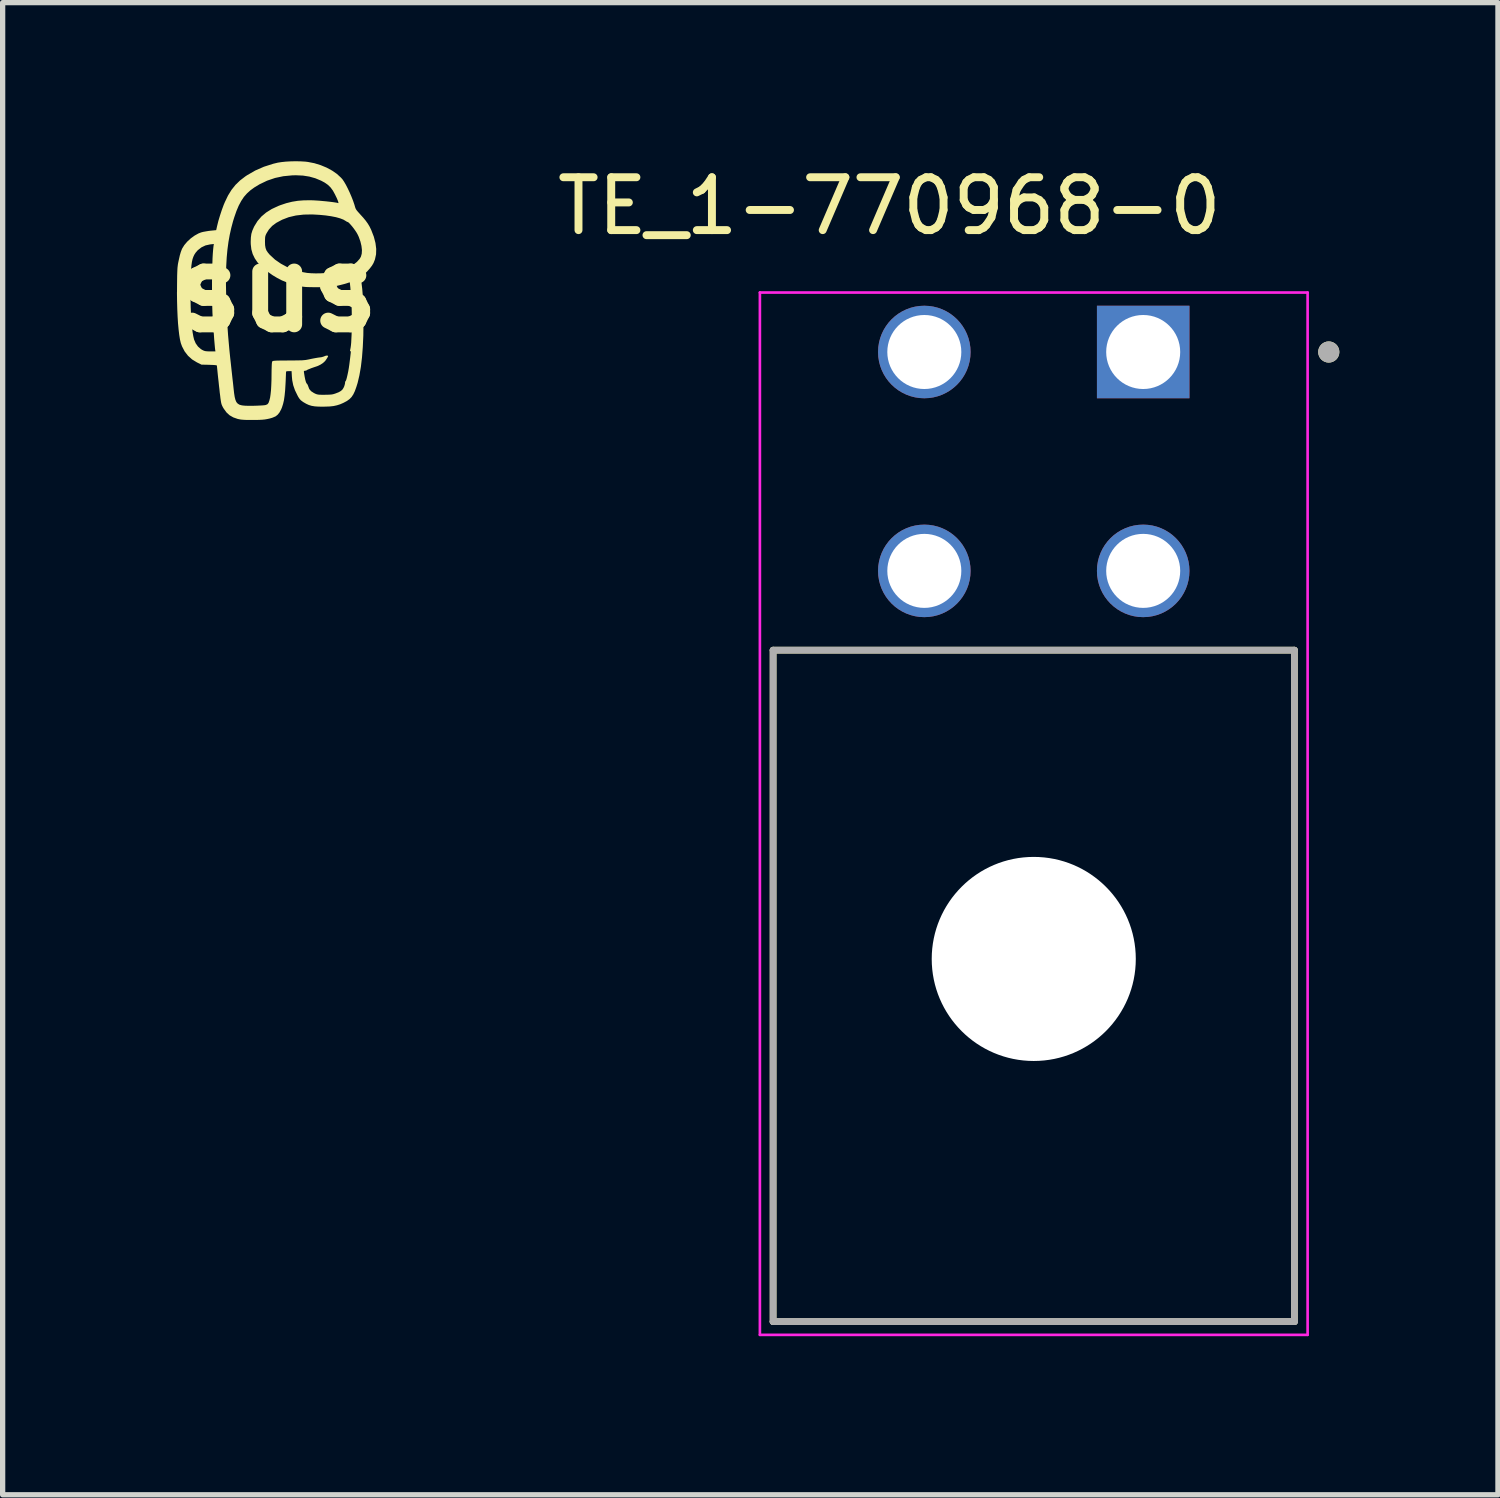
<source format=kicad_pcb>
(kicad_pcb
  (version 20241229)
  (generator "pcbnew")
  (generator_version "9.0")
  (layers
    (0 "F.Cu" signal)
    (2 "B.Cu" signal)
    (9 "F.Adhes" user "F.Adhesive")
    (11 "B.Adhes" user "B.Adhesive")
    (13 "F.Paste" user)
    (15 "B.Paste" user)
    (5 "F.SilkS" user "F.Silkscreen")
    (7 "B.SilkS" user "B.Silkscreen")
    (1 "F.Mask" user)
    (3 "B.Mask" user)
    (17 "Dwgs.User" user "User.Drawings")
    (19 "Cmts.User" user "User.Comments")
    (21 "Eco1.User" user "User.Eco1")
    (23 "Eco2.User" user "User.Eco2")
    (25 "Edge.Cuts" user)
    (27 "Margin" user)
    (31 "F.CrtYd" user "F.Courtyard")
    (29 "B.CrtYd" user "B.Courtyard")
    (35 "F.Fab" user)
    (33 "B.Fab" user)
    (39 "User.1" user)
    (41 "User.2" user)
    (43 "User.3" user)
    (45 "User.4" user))
  (footprint "sus"
    (layer "F.Cu")
    (at 2.193 2.407)
    (property "Reference" "sus" (at 0 0 0) (layer "F.SilkS") (effects (font (size 1.5 1.5) (thickness 0.3))))
    (attr board_only exclude_from_pos_files exclude_from_bom)
    (fp_poly (pts (xy 0.445 -2.405) (xy 0.53 -2.4) (xy 0.58 -2.394) (xy 0.703 -2.37) (xy 0.823 -2.333) (xy 0.936 -2.286) (xy 1.039 -2.23) (xy 1.13 -2.167) (xy 1.206 -2.097) (xy 1.234 -2.066) (xy 1.264 -2.022) (xy 1.298 -1.964) (xy 1.334 -1.894) (xy 1.37 -1.818) (xy 1.404 -1.739) (xy 1.435 -1.66) (xy 1.46 -1.587) (xy 1.475 -1.535) (xy 1.484 -1.511) (xy 1.499 -1.485) (xy 1.525 -1.453) (xy 1.562 -1.412) (xy 1.569 -1.404) (xy 1.628 -1.339) (xy 1.675 -1.282) (xy 1.713 -1.229) (xy 1.745 -1.176) (xy 1.774 -1.117) (xy 1.779 -1.106) (xy 1.828 -0.979) (xy 1.859 -0.86) (xy 1.873 -0.749) (xy 1.87 -0.646) (xy 1.849 -0.55) (xy 1.822 -0.482) (xy 1.793 -0.433) (xy 1.752 -0.379) (xy 1.703 -0.324) (xy 1.651 -0.273) (xy 1.609 -0.238) (xy 1.581 -0.217) (xy 1.596 -0.096) (xy 1.608 0.004) (xy 1.617 0.111) (xy 1.623 0.225) (xy 1.628 0.351) (xy 1.631 0.49) (xy 1.632 0.647) (xy 1.632 0.66) (xy 1.629 0.893) (xy 1.619 1.107) (xy 1.604 1.303) (xy 1.583 1.481) (xy 1.555 1.642) (xy 1.521 1.786) (xy 1.497 1.863) (xy 1.469 1.941) (xy 1.44 2.002) (xy 1.407 2.052) (xy 1.368 2.092) (xy 1.318 2.128) (xy 1.256 2.161) (xy 1.25 2.164) (xy 1.19 2.19) (xy 1.13 2.209) (xy 1.067 2.223) (xy 0.995 2.231) (xy 0.911 2.234) (xy 0.865 2.235) (xy 0.78 2.234) (xy 0.71 2.229) (xy 0.65 2.219) (xy 0.598 2.203) (xy 0.548 2.18) (xy 0.496 2.15) (xy 0.476 2.136) (xy 0.447 2.114) (xy 0.423 2.087) (xy 0.399 2.051) (xy 0.385 2.025) (xy 0.336 1.924) (xy 0.303 1.829) (xy 0.284 1.734) (xy 0.278 1.669) (xy 0.272 1.563) (xy 0.22 1.563) (xy 0.189 1.564) (xy 0.173 1.567) (xy 0.168 1.576) (xy 0.167 1.585) (xy 0.166 1.601) (xy 0.165 1.634) (xy 0.163 1.679) (xy 0.161 1.735) (xy 0.158 1.796) (xy 0.157 1.812) (xy 0.15 1.928) (xy 0.14 2.027) (xy 0.128 2.112) (xy 0.111 2.184) (xy 0.091 2.247) (xy 0.075 2.286) (xy 0.043 2.345) (xy 0.009 2.387) (xy -0.03 2.418) (xy -0.081 2.44) (xy -0.094 2.445) (xy -0.142 2.459) (xy -0.188 2.469) (xy -0.234 2.477) (xy -0.286 2.482) (xy -0.347 2.485) (xy -0.421 2.486) (xy -0.476 2.486) (xy -0.549 2.486) (xy -0.606 2.485) (xy -0.651 2.482) (xy -0.687 2.479) (xy -0.718 2.473) (xy -0.747 2.467) (xy -0.83 2.438) (xy -0.9 2.398) (xy -0.959 2.344) (xy -1.01 2.274) (xy -1.027 2.246) (xy -1.041 2.218) (xy -1.052 2.191) (xy -1.06 2.16) (xy -1.067 2.119) (xy -1.075 2.064) (xy -1.075 2.059) (xy -1.08 2.018) (xy -1.087 1.966) (xy -1.093 1.904) (xy -1.101 1.838) (xy -1.108 1.768) (xy -1.116 1.699) (xy -1.123 1.634) (xy -1.129 1.574) (xy -1.134 1.524) (xy -1.138 1.486) (xy -1.14 1.463) (xy -1.14 1.458) (xy -1.148 1.453) (xy -1.171 1.449) (xy -1.212 1.446) (xy -1.271 1.444) (xy -1.286 1.443) (xy -1.432 1.44) (xy -1.519 1.397) (xy -1.609 1.342) (xy -1.687 1.272) (xy -1.751 1.189) (xy -1.8 1.095) (xy -1.823 1.032) (xy -1.839 0.964) (xy -1.853 0.877) (xy -1.865 0.775) (xy -1.876 0.657) (xy -1.884 0.527) (xy -1.89 0.386) (xy -1.894 0.235) (xy -1.896 0.076) (xy -1.895 0.063) (xy -1.64 0.063) (xy -1.639 0.213) (xy -1.636 0.356) (xy -1.63 0.491) (xy -1.622 0.614) (xy -1.612 0.726) (xy -1.601 0.822) (xy -1.587 0.903) (xy -1.572 0.966) (xy -1.542 1.036) (xy -1.498 1.098) (xy -1.443 1.146) (xy -1.417 1.162) (xy -1.39 1.175) (xy -1.366 1.183) (xy -1.338 1.187) (xy -1.302 1.189) (xy -1.266 1.189) (xy -1.168 1.189) (xy -1.174 1.153) (xy -1.177 1.126) (xy -1.181 1.082) (xy -1.186 1.025) (xy -1.192 0.957) (xy -1.197 0.881) (xy -1.203 0.801) (xy -1.209 0.718) (xy -1.214 0.637) (xy -1.219 0.561) (xy -1.22 0.55) (xy -1.225 0.454) (xy -1.228 0.347) (xy -1.231 0.234) (xy -1.233 0.115) (xy -1.233 -0.006) (xy -1.233 -0.061) (xy -0.969 -0.061) (xy -0.965 0.146) (xy -0.964 0.182) (xy -0.959 0.339) (xy -0.953 0.484) (xy -0.946 0.62) (xy -0.938 0.752) (xy -0.929 0.883) (xy -0.917 1.019) (xy -0.904 1.163) (xy -0.888 1.319) (xy -0.875 1.435) (xy -0.866 1.519) (xy -0.856 1.609) (xy -0.846 1.701) (xy -0.836 1.787) (xy -0.828 1.862) (xy -0.825 1.892) (xy -0.815 1.98) (xy -0.804 2.051) (xy -0.79 2.106) (xy -0.772 2.148) (xy -0.746 2.178) (xy -0.711 2.199) (xy -0.665 2.211) (xy -0.606 2.217) (xy -0.532 2.219) (xy -0.442 2.218) (xy -0.375 2.216) (xy -0.314 2.213) (xy -0.265 2.21) (xy -0.229 2.206) (xy -0.213 2.202) (xy -0.183 2.188) (xy -0.164 2.163) (xy -0.162 2.158) (xy -0.147 2.115) (xy -0.134 2.062) (xy -0.125 1.999) (xy -0.117 1.923) (xy -0.112 1.832) (xy -0.108 1.726) (xy -0.107 1.624) (xy -0.106 1.542) (xy -0.104 1.478) (xy -0.102 1.43) (xy -0.099 1.399) (xy -0.095 1.382) (xy -0.093 1.379) (xy -0.088 1.375) (xy -0.079 1.371) (xy -0.064 1.368) (xy -0.041 1.366) (xy -0.007 1.364) (xy 0.039 1.363) (xy 0.099 1.362) (xy 0.176 1.362) (xy 0.217 1.361) (xy 0.303 1.361) (xy 0.372 1.36) (xy 0.427 1.359) (xy 0.471 1.358) (xy 0.507 1.355) (xy 0.538 1.352) (xy 0.567 1.347) (xy 0.598 1.341) (xy 0.632 1.334) (xy 0.634 1.333) (xy 0.685 1.323) (xy 0.734 1.314) (xy 0.776 1.307) (xy 0.801 1.304) (xy 0.838 1.299) (xy 0.873 1.289) (xy 0.884 1.285) (xy 0.913 1.273) (xy 0.94 1.268) (xy 0.958 1.271) (xy 0.963 1.278) (xy 0.958 1.292) (xy 0.945 1.315) (xy 0.927 1.343) (xy 0.909 1.368) (xy 0.902 1.376) (xy 0.866 1.409) (xy 0.819 1.44) (xy 0.77 1.464) (xy 0.757 1.469) (xy 0.7 1.488) (xy 0.648 1.506) (xy 0.606 1.523) (xy 0.576 1.535) (xy 0.561 1.544) (xy 0.56 1.545) (xy 0.547 1.552) (xy 0.528 1.555) (xy 0.51 1.558) (xy 0.504 1.568) (xy 0.507 1.591) (xy 0.507 1.592) (xy 0.519 1.666) (xy 0.53 1.721) (xy 0.541 1.761) (xy 0.551 1.787) (xy 0.56 1.799) (xy 0.574 1.817) (xy 0.586 1.846) (xy 0.589 1.856) (xy 0.607 1.902) (xy 0.641 1.942) (xy 0.693 1.976) (xy 0.707 1.983) (xy 0.73 1.994) (xy 0.751 2.001) (xy 0.773 2.006) (xy 0.802 2.009) (xy 0.841 2.01) (xy 0.895 2.01) (xy 0.899 2.01) (xy 0.957 2.009) (xy 1 2.007) (xy 1.034 2.004) (xy 1.063 1.998) (xy 1.092 1.989) (xy 1.109 1.983) (xy 1.165 1.961) (xy 1.206 1.937) (xy 1.236 1.909) (xy 1.257 1.874) (xy 1.268 1.849) (xy 1.278 1.816) (xy 1.284 1.788) (xy 1.284 1.774) (xy 1.284 1.762) (xy 1.288 1.76) (xy 1.296 1.75) (xy 1.307 1.724) (xy 1.318 1.684) (xy 1.33 1.632) (xy 1.343 1.571) (xy 1.355 1.503) (xy 1.365 1.433) (xy 1.374 1.361) (xy 1.375 1.352) (xy 1.381 1.305) (xy 1.386 1.261) (xy 1.39 1.227) (xy 1.391 1.216) (xy 1.393 1.191) (xy 1.388 1.184) (xy 1.386 1.184) (xy 1.38 1.188) (xy 1.378 1.187) (xy 1.378 1.178) (xy 1.381 1.157) (xy 1.388 1.122) (xy 1.39 1.109) (xy 1.395 1.073) (xy 1.4 1.02) (xy 1.403 0.953) (xy 1.407 0.876) (xy 1.409 0.791) (xy 1.411 0.701) (xy 1.411 0.61) (xy 1.411 0.519) (xy 1.41 0.433) (xy 1.408 0.354) (xy 1.406 0.295) (xy 1.402 0.231) (xy 1.398 0.165) (xy 1.393 0.1) (xy 1.388 0.038) (xy 1.384 -0.017) (xy 1.379 -0.063) (xy 1.376 -0.096) (xy 1.373 -0.114) (xy 1.372 -0.116) (xy 1.362 -0.114) (xy 1.339 -0.107) (xy 1.313 -0.098) (xy 1.28 -0.088) (xy 1.234 -0.076) (xy 1.182 -0.063) (xy 1.137 -0.052) (xy 1.099 -0.044) (xy 1.066 -0.037) (xy 1.034 -0.033) (xy 1.001 -0.029) (xy 0.962 -0.027) (xy 0.915 -0.026) (xy 0.855 -0.025) (xy 0.78 -0.025) (xy 0.767 -0.025) (xy 0.689 -0.025) (xy 0.628 -0.026) (xy 0.579 -0.027) (xy 0.54 -0.029) (xy 0.507 -0.032) (xy 0.476 -0.036) (xy 0.445 -0.042) (xy 0.41 -0.05) (xy 0.399 -0.053) (xy 0.283 -0.083) (xy 0.182 -0.116) (xy 0.09 -0.153) (xy 0.001 -0.199) (xy -0.089 -0.253) (xy -0.103 -0.263) (xy -0.21 -0.339) (xy -0.299 -0.414) (xy -0.37 -0.491) (xy -0.424 -0.57) (xy -0.464 -0.653) (xy -0.489 -0.742) (xy -0.5 -0.839) (xy -0.501 -0.885) (xy -0.231 -0.885) (xy -0.229 -0.819) (xy -0.22 -0.766) (xy -0.204 -0.722) (xy -0.176 -0.68) (xy -0.137 -0.634) (xy -0.136 -0.634) (xy -0.041 -0.546) (xy 0.069 -0.47) (xy 0.191 -0.404) (xy 0.322 -0.352) (xy 0.459 -0.314) (xy 0.565 -0.295) (xy 0.638 -0.289) (xy 0.724 -0.286) (xy 0.815 -0.287) (xy 0.903 -0.292) (xy 0.983 -0.3) (xy 1.014 -0.304) (xy 1.142 -0.331) (xy 1.256 -0.365) (xy 1.356 -0.405) (xy 1.441 -0.451) (xy 1.508 -0.503) (xy 1.559 -0.56) (xy 1.583 -0.601) (xy 1.599 -0.658) (xy 1.603 -0.727) (xy 1.594 -0.805) (xy 1.574 -0.889) (xy 1.543 -0.976) (xy 1.524 -1.017) (xy 1.505 -1.052) (xy 1.479 -1.092) (xy 1.449 -1.134) (xy 1.418 -1.174) (xy 1.387 -1.21) (xy 1.361 -1.238) (xy 1.341 -1.255) (xy 1.332 -1.258) (xy 1.316 -1.264) (xy 1.296 -1.277) (xy 1.252 -1.303) (xy 1.19 -1.327) (xy 1.112 -1.349) (xy 1.02 -1.367) (xy 0.917 -1.382) (xy 0.803 -1.393) (xy 0.681 -1.4) (xy 0.659 -1.401) (xy 0.5 -1.398) (xy 0.354 -1.381) (xy 0.218 -1.349) (xy 0.093 -1.301) (xy -0.017 -1.242) (xy -0.095 -1.184) (xy -0.157 -1.116) (xy -0.2 -1.047) (xy -0.214 -1.019) (xy -0.223 -0.995) (xy -0.228 -0.97) (xy -0.23 -0.938) (xy -0.231 -0.892) (xy -0.231 -0.885) (xy -0.501 -0.885) (xy -0.498 -0.964) (xy -0.489 -1.032) (xy -0.47 -1.095) (xy -0.441 -1.161) (xy -0.432 -1.179) (xy -0.372 -1.276) (xy -0.298 -1.362) (xy -0.209 -1.437) (xy -0.104 -1.503) (xy 0.018 -1.56) (xy 0.059 -1.576) (xy 0.172 -1.614) (xy 0.281 -1.641) (xy 0.391 -1.659) (xy 0.507 -1.668) (xy 0.634 -1.669) (xy 0.678 -1.668) (xy 0.732 -1.665) (xy 0.793 -1.661) (xy 0.858 -1.655) (xy 0.924 -1.649) (xy 0.987 -1.642) (xy 1.045 -1.635) (xy 1.093 -1.628) (xy 1.13 -1.622) (xy 1.151 -1.616) (xy 1.153 -1.615) (xy 1.159 -1.617) (xy 1.156 -1.634) (xy 1.145 -1.667) (xy 1.125 -1.714) (xy 1.096 -1.773) (xy 1.095 -1.776) (xy 1.054 -1.851) (xy 1.01 -1.911) (xy 0.96 -1.96) (xy 0.897 -2.004) (xy 0.832 -2.039) (xy 0.722 -2.085) (xy 0.608 -2.117) (xy 0.486 -2.136) (xy 0.352 -2.142) (xy 0.282 -2.14) (xy 0.116 -2.124) (xy -0.04 -2.091) (xy -0.19 -2.04) (xy -0.334 -1.971) (xy -0.433 -1.911) (xy -0.507 -1.857) (xy -0.572 -1.798) (xy -0.63 -1.732) (xy -0.681 -1.655) (xy -0.728 -1.567) (xy -0.771 -1.465) (xy -0.812 -1.347) (xy -0.835 -1.273) (xy -0.869 -1.145) (xy -0.898 -1.015) (xy -0.922 -0.88) (xy -0.941 -0.738) (xy -0.955 -0.587) (xy -0.964 -0.425) (xy -0.969 -0.251) (xy -0.969 -0.061) (xy -1.233 -0.061) (xy -1.233 -0.128) (xy -1.232 -0.248) (xy -1.229 -0.363) (xy -1.226 -0.471) (xy -1.223 -0.57) (xy -1.218 -0.658) (xy -1.212 -0.732) (xy -1.206 -0.79) (xy -1.203 -0.812) (xy -1.198 -0.842) (xy -1.27 -0.834) (xy -1.356 -0.815) (xy -1.432 -0.779) (xy -1.5 -0.726) (xy -1.516 -0.709) (xy -1.543 -0.677) (xy -1.566 -0.642) (xy -1.585 -0.602) (xy -1.601 -0.557) (xy -1.613 -0.503) (xy -1.622 -0.439) (xy -1.629 -0.362) (xy -1.634 -0.271) (xy -1.638 -0.163) (xy -1.639 -0.093) (xy -1.64 0.063) (xy -1.895 0.063) (xy -1.894 -0.087) (xy -1.893 -0.176) (xy -1.892 -0.248) (xy -1.89 -0.306) (xy -1.888 -0.353) (xy -1.886 -0.392) (xy -1.882 -0.426) (xy -1.878 -0.458) (xy -1.872 -0.49) (xy -1.864 -0.527) (xy -1.859 -0.55) (xy -1.842 -0.626) (xy -1.823 -0.691) (xy -1.804 -0.741) (xy -1.798 -0.755) (xy -1.757 -0.821) (xy -1.701 -0.887) (xy -1.635 -0.948) (xy -1.562 -1.001) (xy -1.488 -1.042) (xy -1.439 -1.061) (xy -1.401 -1.071) (xy -1.351 -1.08) (xy -1.297 -1.089) (xy -1.264 -1.093) (xy -1.154 -1.104) (xy -1.136 -1.184) (xy -1.113 -1.277) (xy -1.082 -1.38) (xy -1.048 -1.484) (xy -1.012 -1.582) (xy -0.989 -1.636) (xy -0.93 -1.759) (xy -0.864 -1.866) (xy -0.789 -1.96) (xy -0.701 -2.045) (xy -0.599 -2.123) (xy -0.57 -2.142) (xy -0.416 -2.231) (xy -0.252 -2.303) (xy -0.077 -2.359) (xy 0.009 -2.38) (xy 0.079 -2.391) (xy 0.164 -2.4) (xy 0.257 -2.405) (xy 0.352 -2.407)) (stroke (width 0) (type solid)) (fill yes) (layer "F.SilkS")))
  (footprint "TE_1-770968-0"
    (layer "F.Cu")
    (at 18.573 3.608)
    (property "Reference" "TE_1-770968-0" (at -4.8 -2.76 0) (layer "F.SilkS") (effects (font (size 1 1) (thickness 0.15))))
    (attr through_hole)
    (fp_line (start -7 18.34) (end -7 5.64) (stroke (width 0.127) (type solid)) (layer "F.SilkS"))
    (fp_line (start 2.86 5.64) (end -7 5.64) (stroke (width 0.127) (type solid)) (layer "F.SilkS"))
    (fp_line (start 2.86 5.64) (end 2.86 18.34) (stroke (width 0.127) (type solid)) (layer "F.SilkS"))
    (fp_line (start 2.86 18.34) (end -7 18.34) (stroke (width 0.127) (type solid)) (layer "F.SilkS"))
    (fp_circle (center 3.51 0) (end 3.61 0) (stroke (width 0.2) (type solid)) (fill no) (layer "F.SilkS"))
    (fp_line (start -7.25 -1.125) (end 3.11 -1.125) (stroke (width 0.05) (type solid)) (layer "F.CrtYd"))
    (fp_line (start -7.25 18.59) (end -7.25 -1.125) (stroke (width 0.05) (type solid)) (layer "F.CrtYd"))
    (fp_line (start 3.11 -1.125) (end 3.11 18.59) (stroke (width 0.05) (type solid)) (layer "F.CrtYd"))
    (fp_line (start 3.11 18.59) (end -7.25 18.59) (stroke (width 0.05) (type solid)) (layer "F.CrtYd"))
    (fp_line (start -7 5.64) (end 2.86 5.64) (stroke (width 0.127) (type solid)) (layer "F.Fab"))
    (fp_line (start -7 18.34) (end -7 5.64) (stroke (width 0.127) (type solid)) (layer "F.Fab"))
    (fp_line (start -7 18.34) (end 2.86 18.34) (stroke (width 0.127) (type solid)) (layer "F.Fab"))
    (fp_line (start 2.86 5.64) (end 2.86 18.34) (stroke (width 0.127) (type solid)) (layer "F.Fab"))
    (fp_line (start 2.86 18.34) (end -7 18.34) (stroke (width 0.127) (type solid)) (layer "F.Fab"))
    (fp_line (start 2.86 18.34) (end 2.86 18.34) (stroke (width 0.127) (type solid)) (layer "F.Fab"))
    (fp_circle (center 3.51 0) (end 3.61 0) (stroke (width 0.2) (type solid)) (fill no) (layer "F.Fab"))
    (pad "" np_thru_hole circle (at -2.07 11.48) (size 3.86 3.86) (drill 3.86) (layers "*.Cu" "*.Mask"))
    (pad "1" thru_hole rect (at 0 0) (size 1.75 1.75) (drill 1.4) (layers "*.Cu" "*.Mask"))
    (pad "2" thru_hole circle (at -4.14 0) (size 1.75 1.75) (drill 1.4) (layers "*.Cu" "*.Mask"))
    (pad "3" thru_hole circle (at 0 4.14) (size 1.75 1.75) (drill 1.4) (layers "*.Cu" "*.Mask"))
    (pad "4" thru_hole circle (at -4.14 4.14) (size 1.75 1.75) (drill 1.4) (layers "*.Cu" "*.Mask")))
  (gr_rect
    (start -3 -3)
    (end 25.283 25.223)
    (stroke (width 0.1) (type default))
    (fill no)
    (layer "Edge.Cuts")))
</source>
